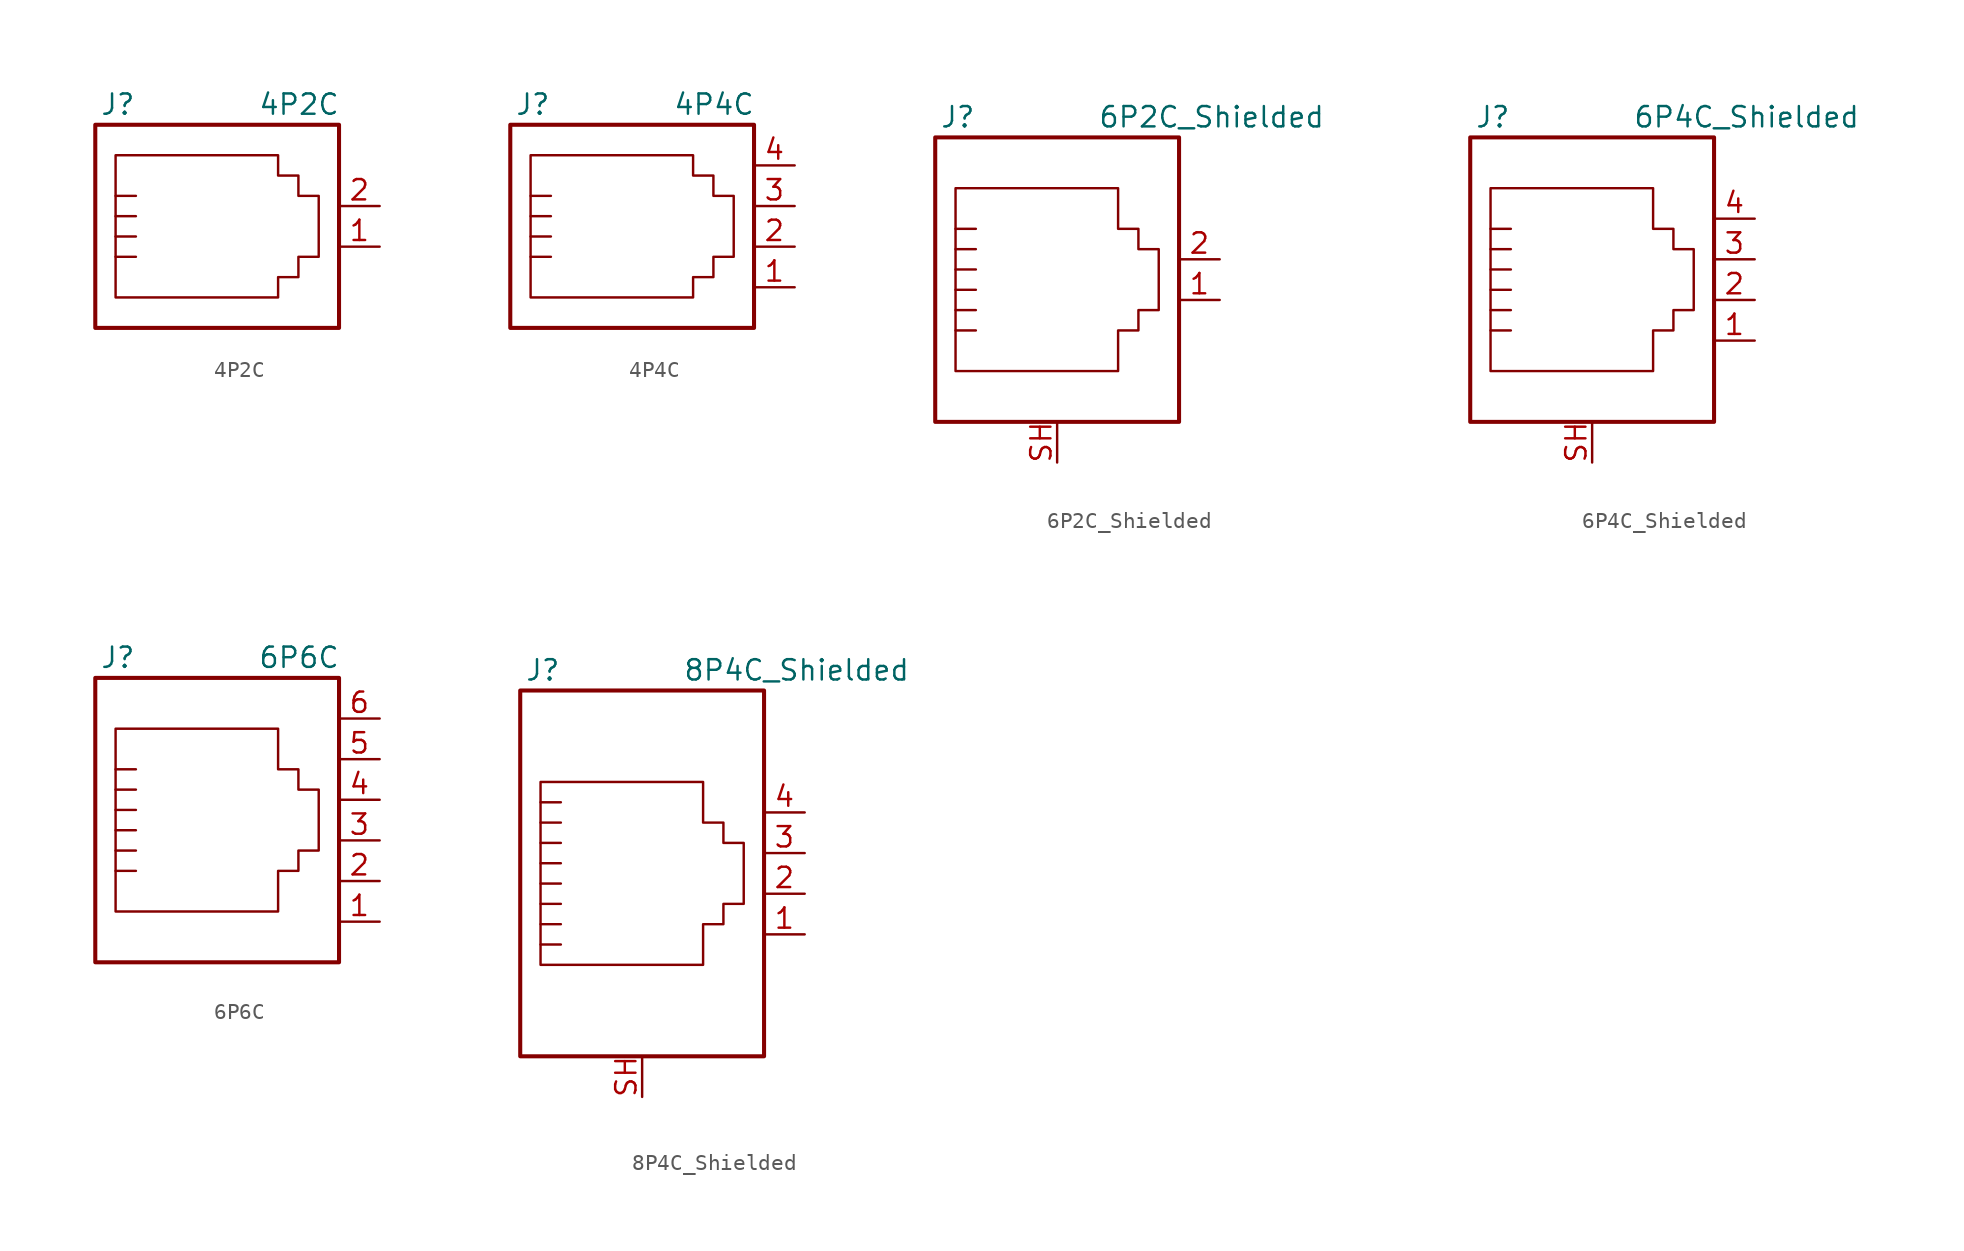
<source format=kicad_sym>
(kicad_symbol_lib
  (version 20211014)
  (generator kicad_symbol_editor)
  (symbol "4P2C"
    (pin_names
      (offset 1.016))
    (property "Reference" "J"
      (at -5.08 8.89 0)
      (effects (font (size 1.27 1.27)) (justify right)))
    (property "Value" "4P2C"
      (at 2.54 8.89 0)
      (effects (font (size 1.27 1.27)) (justify left)))
    (symbol "4P2C_0_1"
      (polyline (pts (xy -6.35 -0.635) (xy -5.08 -0.635) (xy -5.08 -0.635)) (stroke (width 0) (type default) (color 0 0 0 0)) (fill (type none)))
      (polyline (pts (xy -6.35 0.635) (xy -5.08 0.635) (xy -5.08 0.635)) (stroke (width 0) (type default) (color 0 0 0 0)) (fill (type none)))
      (polyline (pts (xy -6.35 1.905) (xy -5.08 1.905) (xy -5.08 1.905)) (stroke (width 0) (type default) (color 0 0 0 0)) (fill (type none)))
      (polyline (pts (xy -6.35 3.175) (xy -5.08 3.175) (xy -5.08 3.175)) (stroke (width 0) (type default) (color 0 0 0 0)) (fill (type none)))
      (polyline (pts (xy -6.35 -3.175) (xy -6.35 5.715) (xy -1.27 5.715) (xy 3.81 5.715) (xy 3.81 4.445) (xy 5.08 4.445) (xy 5.08 3.175) (xy 6.35 3.175) (xy 6.35 -0.635) (xy 5.08 -0.635) (xy 5.08 -1.905) (xy 3.81 -1.905) (xy 3.81 -3.175) (xy -6.35 -3.175) (xy -6.35 -3.175)) (stroke (width 0) (type default) (color 0 0 0 0)) (fill (type none)))
      (rectangle (start 7.62 7.62) (end -7.62 -5.08) (stroke (width 0.254) (type default) (color 0 0 0 0)) (fill (type none))))
    (symbol "4P2C_1_1"
      (pin passive line (at 10.16 0 180) (length 2.54) (name "~" (effects (font (size 1.27 1.27)))) (number "1" (effects (font (size 1.27 1.27)))))
      (pin passive line (at 10.16 2.54 180) (length 2.54) (name "~" (effects (font (size 1.27 1.27)))) (number "2" (effects (font (size 1.27 1.27)))))))
  (symbol "4P4C"
    (pin_names
      (offset 1.016))
    (property "Reference" "J"
      (at -5.08 8.89 0)
      (effects (font (size 1.27 1.27)) (justify right)))
    (property "Value" "4P4C"
      (at 2.54 8.89 0)
      (effects (font (size 1.27 1.27)) (justify left)))
    (symbol "4P4C_0_1"
      (polyline (pts (xy -6.35 -0.635) (xy -5.08 -0.635) (xy -5.08 -0.635)) (stroke (width 0) (type default) (color 0 0 0 0)) (fill (type none)))
      (polyline (pts (xy -6.35 0.635) (xy -5.08 0.635) (xy -5.08 0.635)) (stroke (width 0) (type default) (color 0 0 0 0)) (fill (type none)))
      (polyline (pts (xy -6.35 1.905) (xy -5.08 1.905) (xy -5.08 1.905)) (stroke (width 0) (type default) (color 0 0 0 0)) (fill (type none)))
      (polyline (pts (xy -6.35 3.175) (xy -5.08 3.175) (xy -5.08 3.175)) (stroke (width 0) (type default) (color 0 0 0 0)) (fill (type none)))
      (polyline (pts (xy -6.35 -3.175) (xy -6.35 5.715) (xy -1.27 5.715) (xy 3.81 5.715) (xy 3.81 4.445) (xy 5.08 4.445) (xy 5.08 3.175) (xy 6.35 3.175) (xy 6.35 -0.635) (xy 5.08 -0.635) (xy 5.08 -1.905) (xy 3.81 -1.905) (xy 3.81 -3.175) (xy -6.35 -3.175) (xy -6.35 -3.175)) (stroke (width 0) (type default) (color 0 0 0 0)) (fill (type none)))
      (rectangle (start 7.62 7.62) (end -7.62 -5.08) (stroke (width 0.254) (type default) (color 0 0 0 0)) (fill (type none))))
    (symbol "4P4C_1_1"
      (pin passive line (at 10.16 -2.54 180) (length 2.54) (name "~" (effects (font (size 1.27 1.27)))) (number "1" (effects (font (size 1.27 1.27)))))
      (pin passive line (at 10.16 0 180) (length 2.54) (name "~" (effects (font (size 1.27 1.27)))) (number "2" (effects (font (size 1.27 1.27)))))
      (pin passive line (at 10.16 2.54 180) (length 2.54) (name "~" (effects (font (size 1.27 1.27)))) (number "3" (effects (font (size 1.27 1.27)))))
      (pin passive line (at 10.16 5.08 180) (length 2.54) (name "~" (effects (font (size 1.27 1.27)))) (number "4" (effects (font (size 1.27 1.27)))))))
  (symbol "6P2C_Shielded"
    (pin_names
      (offset 1.016))
    (property "Reference" "J"
      (at -5.08 11.43 0)
      (effects (font (size 1.27 1.27)) (justify right)))
    (property "Value" "6P2C_Shielded"
      (at 2.54 11.43 0)
      (effects (font (size 1.27 1.27)) (justify left)))
    (symbol "6P2C_Shielded_0_1"
      (polyline (pts (xy -6.35 -1.905) (xy -5.08 -1.905) (xy -5.08 -1.905)) (stroke (width 0) (type default) (color 0 0 0 0)) (fill (type none)))
      (polyline (pts (xy -6.35 -0.635) (xy -5.08 -0.635) (xy -5.08 -0.635)) (stroke (width 0) (type default) (color 0 0 0 0)) (fill (type none)))
      (polyline (pts (xy -6.35 0.635) (xy -5.08 0.635) (xy -5.08 0.635)) (stroke (width 0) (type default) (color 0 0 0 0)) (fill (type none)))
      (polyline (pts (xy -6.35 1.905) (xy -5.08 1.905) (xy -5.08 1.905)) (stroke (width 0) (type default) (color 0 0 0 0)) (fill (type none)))
      (polyline (pts (xy -6.35 3.175) (xy -5.08 3.175) (xy -5.08 3.175)) (stroke (width 0) (type default) (color 0 0 0 0)) (fill (type none)))
      (polyline (pts (xy -5.08 4.445) (xy -6.35 4.445) (xy -6.35 4.445)) (stroke (width 0) (type default) (color 0 0 0 0)) (fill (type none)))
      (polyline (pts (xy -6.35 -4.445) (xy -6.35 6.985) (xy 3.81 6.985) (xy 3.81 4.445) (xy 5.08 4.445) (xy 5.08 3.175) (xy 6.35 3.175) (xy 6.35 -0.635) (xy 5.08 -0.635) (xy 5.08 -1.905) (xy 3.81 -1.905) (xy 3.81 -4.445) (xy -6.35 -4.445) (xy -6.35 -4.445)) (stroke (width 0) (type default) (color 0 0 0 0)) (fill (type none)))
      (rectangle (start 7.62 10.16) (end -7.62 -7.62) (stroke (width 0.254) (type default) (color 0 0 0 0)) (fill (type none))))
    (symbol "6P2C_Shielded_1_1"
      (pin passive line (at 10.16 0 180) (length 2.54) (name "~" (effects (font (size 1.27 1.27)))) (number "1" (effects (font (size 1.27 1.27)))))
      (pin passive line (at 10.16 2.54 180) (length 2.54) (name "~" (effects (font (size 1.27 1.27)))) (number "2" (effects (font (size 1.27 1.27)))))
      (pin passive line (at 0 -10.16 90) (length 2.54) (name "~" (effects (font (size 1.27 1.27)))) (number "SH" (effects (font (size 1.27 1.27)))))))
  (symbol "6P4C_Shielded"
    (pin_names
      (offset 1.016))
    (property "Reference" "J"
      (at -5.08 11.43 0)
      (effects (font (size 1.27 1.27)) (justify right)))
    (property "Value" "6P4C_Shielded"
      (at 2.54 11.43 0)
      (effects (font (size 1.27 1.27)) (justify left)))
    (symbol "6P4C_Shielded_0_1"
      (polyline (pts (xy -6.35 -1.905) (xy -5.08 -1.905) (xy -5.08 -1.905)) (stroke (width 0) (type default) (color 0 0 0 0)) (fill (type none)))
      (polyline (pts (xy -6.35 -0.635) (xy -5.08 -0.635) (xy -5.08 -0.635)) (stroke (width 0) (type default) (color 0 0 0 0)) (fill (type none)))
      (polyline (pts (xy -6.35 0.635) (xy -5.08 0.635) (xy -5.08 0.635)) (stroke (width 0) (type default) (color 0 0 0 0)) (fill (type none)))
      (polyline (pts (xy -6.35 1.905) (xy -5.08 1.905) (xy -5.08 1.905)) (stroke (width 0) (type default) (color 0 0 0 0)) (fill (type none)))
      (polyline (pts (xy -6.35 3.175) (xy -5.08 3.175) (xy -5.08 3.175)) (stroke (width 0) (type default) (color 0 0 0 0)) (fill (type none)))
      (polyline (pts (xy -5.08 4.445) (xy -6.35 4.445) (xy -6.35 4.445)) (stroke (width 0) (type default) (color 0 0 0 0)) (fill (type none)))
      (polyline (pts (xy -6.35 -4.445) (xy -6.35 6.985) (xy 3.81 6.985) (xy 3.81 4.445) (xy 5.08 4.445) (xy 5.08 3.175) (xy 6.35 3.175) (xy 6.35 -0.635) (xy 5.08 -0.635) (xy 5.08 -1.905) (xy 3.81 -1.905) (xy 3.81 -4.445) (xy -6.35 -4.445) (xy -6.35 -4.445)) (stroke (width 0) (type default) (color 0 0 0 0)) (fill (type none)))
      (rectangle (start 7.62 10.16) (end -7.62 -7.62) (stroke (width 0.254) (type default) (color 0 0 0 0)) (fill (type none))))
    (symbol "6P4C_Shielded_1_1"
      (pin passive line (at 10.16 -2.54 180) (length 2.54) (name "~" (effects (font (size 1.27 1.27)))) (number "1" (effects (font (size 1.27 1.27)))))
      (pin passive line (at 10.16 0 180) (length 2.54) (name "~" (effects (font (size 1.27 1.27)))) (number "2" (effects (font (size 1.27 1.27)))))
      (pin passive line (at 10.16 2.54 180) (length 2.54) (name "~" (effects (font (size 1.27 1.27)))) (number "3" (effects (font (size 1.27 1.27)))))
      (pin passive line (at 10.16 5.08 180) (length 2.54) (name "~" (effects (font (size 1.27 1.27)))) (number "4" (effects (font (size 1.27 1.27)))))
      (pin passive line (at 0 -10.16 90) (length 2.54) (name "~" (effects (font (size 1.27 1.27)))) (number "SH" (effects (font (size 1.27 1.27)))))))
  (symbol "6P6C"
    (pin_names
      (offset 1.016))
    (property "Reference" "J"
      (at -5.08 11.43 0)
      (effects (font (size 1.27 1.27)) (justify right)))
    (property "Value" "6P6C"
      (at 2.54 11.43 0)
      (effects (font (size 1.27 1.27)) (justify left)))
    (symbol "6P6C_0_1"
      (polyline (pts (xy -6.35 -1.905) (xy -5.08 -1.905) (xy -5.08 -1.905)) (stroke (width 0) (type default) (color 0 0 0 0)) (fill (type none)))
      (polyline (pts (xy -6.35 -0.635) (xy -5.08 -0.635) (xy -5.08 -0.635)) (stroke (width 0) (type default) (color 0 0 0 0)) (fill (type none)))
      (polyline (pts (xy -6.35 0.635) (xy -5.08 0.635) (xy -5.08 0.635)) (stroke (width 0) (type default) (color 0 0 0 0)) (fill (type none)))
      (polyline (pts (xy -6.35 1.905) (xy -5.08 1.905) (xy -5.08 1.905)) (stroke (width 0) (type default) (color 0 0 0 0)) (fill (type none)))
      (polyline (pts (xy -6.35 3.175) (xy -5.08 3.175) (xy -5.08 3.175)) (stroke (width 0) (type default) (color 0 0 0 0)) (fill (type none)))
      (polyline (pts (xy -5.08 4.445) (xy -6.35 4.445) (xy -6.35 4.445)) (stroke (width 0) (type default) (color 0 0 0 0)) (fill (type none)))
      (polyline (pts (xy -6.35 -4.445) (xy -6.35 6.985) (xy 3.81 6.985) (xy 3.81 4.445) (xy 5.08 4.445) (xy 5.08 3.175) (xy 6.35 3.175) (xy 6.35 -0.635) (xy 5.08 -0.635) (xy 5.08 -1.905) (xy 3.81 -1.905) (xy 3.81 -4.445) (xy -6.35 -4.445) (xy -6.35 -4.445)) (stroke (width 0) (type default) (color 0 0 0 0)) (fill (type none)))
      (rectangle (start 7.62 10.16) (end -7.62 -7.62) (stroke (width 0.254) (type default) (color 0 0 0 0)) (fill (type none))))
    (symbol "6P6C_1_1"
      (pin passive line (at 10.16 -5.08 180) (length 2.54) (name "~" (effects (font (size 1.27 1.27)))) (number "1" (effects (font (size 1.27 1.27)))))
      (pin passive line (at 10.16 -2.54 180) (length 2.54) (name "~" (effects (font (size 1.27 1.27)))) (number "2" (effects (font (size 1.27 1.27)))))
      (pin passive line (at 10.16 0 180) (length 2.54) (name "~" (effects (font (size 1.27 1.27)))) (number "3" (effects (font (size 1.27 1.27)))))
      (pin passive line (at 10.16 2.54 180) (length 2.54) (name "~" (effects (font (size 1.27 1.27)))) (number "4" (effects (font (size 1.27 1.27)))))
      (pin passive line (at 10.16 5.08 180) (length 2.54) (name "~" (effects (font (size 1.27 1.27)))) (number "5" (effects (font (size 1.27 1.27)))))
      (pin passive line (at 10.16 7.62 180) (length 2.54) (name "~" (effects (font (size 1.27 1.27)))) (number "6" (effects (font (size 1.27 1.27)))))))
  (symbol "8P4C_Shielded"
    (pin_names
      (offset 1.016))
    (property "Reference" "J"
      (at -5.08 13.97 0)
      (effects (font (size 1.27 1.27)) (justify right)))
    (property "Value" "8P4C_Shielded"
      (at 2.54 13.97 0)
      (effects (font (size 1.27 1.27)) (justify left)))
    (symbol "8P4C_Shielded_0_1"
      (polyline (pts (xy -5.08 4.445) (xy -6.35 4.445)) (stroke (width 0) (type default) (color 0 0 0 0)) (fill (type none)))
      (polyline (pts (xy -5.08 5.715) (xy -6.35 5.715)) (stroke (width 0) (type default) (color 0 0 0 0)) (fill (type none)))
      (polyline (pts (xy -6.35 -3.175) (xy -5.08 -3.175) (xy -5.08 -3.175)) (stroke (width 0) (type default) (color 0 0 0 0)) (fill (type none)))
      (polyline (pts (xy -6.35 -1.905) (xy -5.08 -1.905) (xy -5.08 -1.905)) (stroke (width 0) (type default) (color 0 0 0 0)) (fill (type none)))
      (polyline (pts (xy -6.35 -0.635) (xy -5.08 -0.635) (xy -5.08 -0.635)) (stroke (width 0) (type default) (color 0 0 0 0)) (fill (type none)))
      (polyline (pts (xy -6.35 0.635) (xy -5.08 0.635) (xy -5.08 0.635)) (stroke (width 0) (type default) (color 0 0 0 0)) (fill (type none)))
      (polyline (pts (xy -6.35 1.905) (xy -5.08 1.905) (xy -5.08 1.905)) (stroke (width 0) (type default) (color 0 0 0 0)) (fill (type none)))
      (polyline (pts (xy -5.08 3.175) (xy -6.35 3.175) (xy -6.35 3.175)) (stroke (width 0) (type default) (color 0 0 0 0)) (fill (type none)))
      (polyline (pts (xy -6.35 -4.445) (xy -6.35 6.985) (xy 3.81 6.985) (xy 3.81 4.445) (xy 5.08 4.445) (xy 5.08 3.175) (xy 6.35 3.175) (xy 6.35 -0.635) (xy 5.08 -0.635) (xy 5.08 -1.905) (xy 3.81 -1.905) (xy 3.81 -4.445) (xy -6.35 -4.445) (xy -6.35 -4.445)) (stroke (width 0) (type default) (color 0 0 0 0)) (fill (type none)))
      (rectangle (start 7.62 12.7) (end -7.62 -10.16) (stroke (width 0.254) (type default) (color 0 0 0 0)) (fill (type none))))
    (symbol "8P4C_Shielded_1_1"
      (pin passive line (at 10.16 -2.54 180) (length 2.54) (name "~" (effects (font (size 1.27 1.27)))) (number "1" (effects (font (size 1.27 1.27)))))
      (pin passive line (at 10.16 0 180) (length 2.54) (name "~" (effects (font (size 1.27 1.27)))) (number "2" (effects (font (size 1.27 1.27)))))
      (pin passive line (at 10.16 2.54 180) (length 2.54) (name "~" (effects (font (size 1.27 1.27)))) (number "3" (effects (font (size 1.27 1.27)))))
      (pin passive line (at 10.16 5.08 180) (length 2.54) (name "~" (effects (font (size 1.27 1.27)))) (number "4" (effects (font (size 1.27 1.27)))))
      (pin passive line (at 0 -12.7 90) (length 2.54) (name "~" (effects (font (size 1.27 1.27)))) (number "SH" (effects (font (size 1.27 1.27))))))))
</source>
